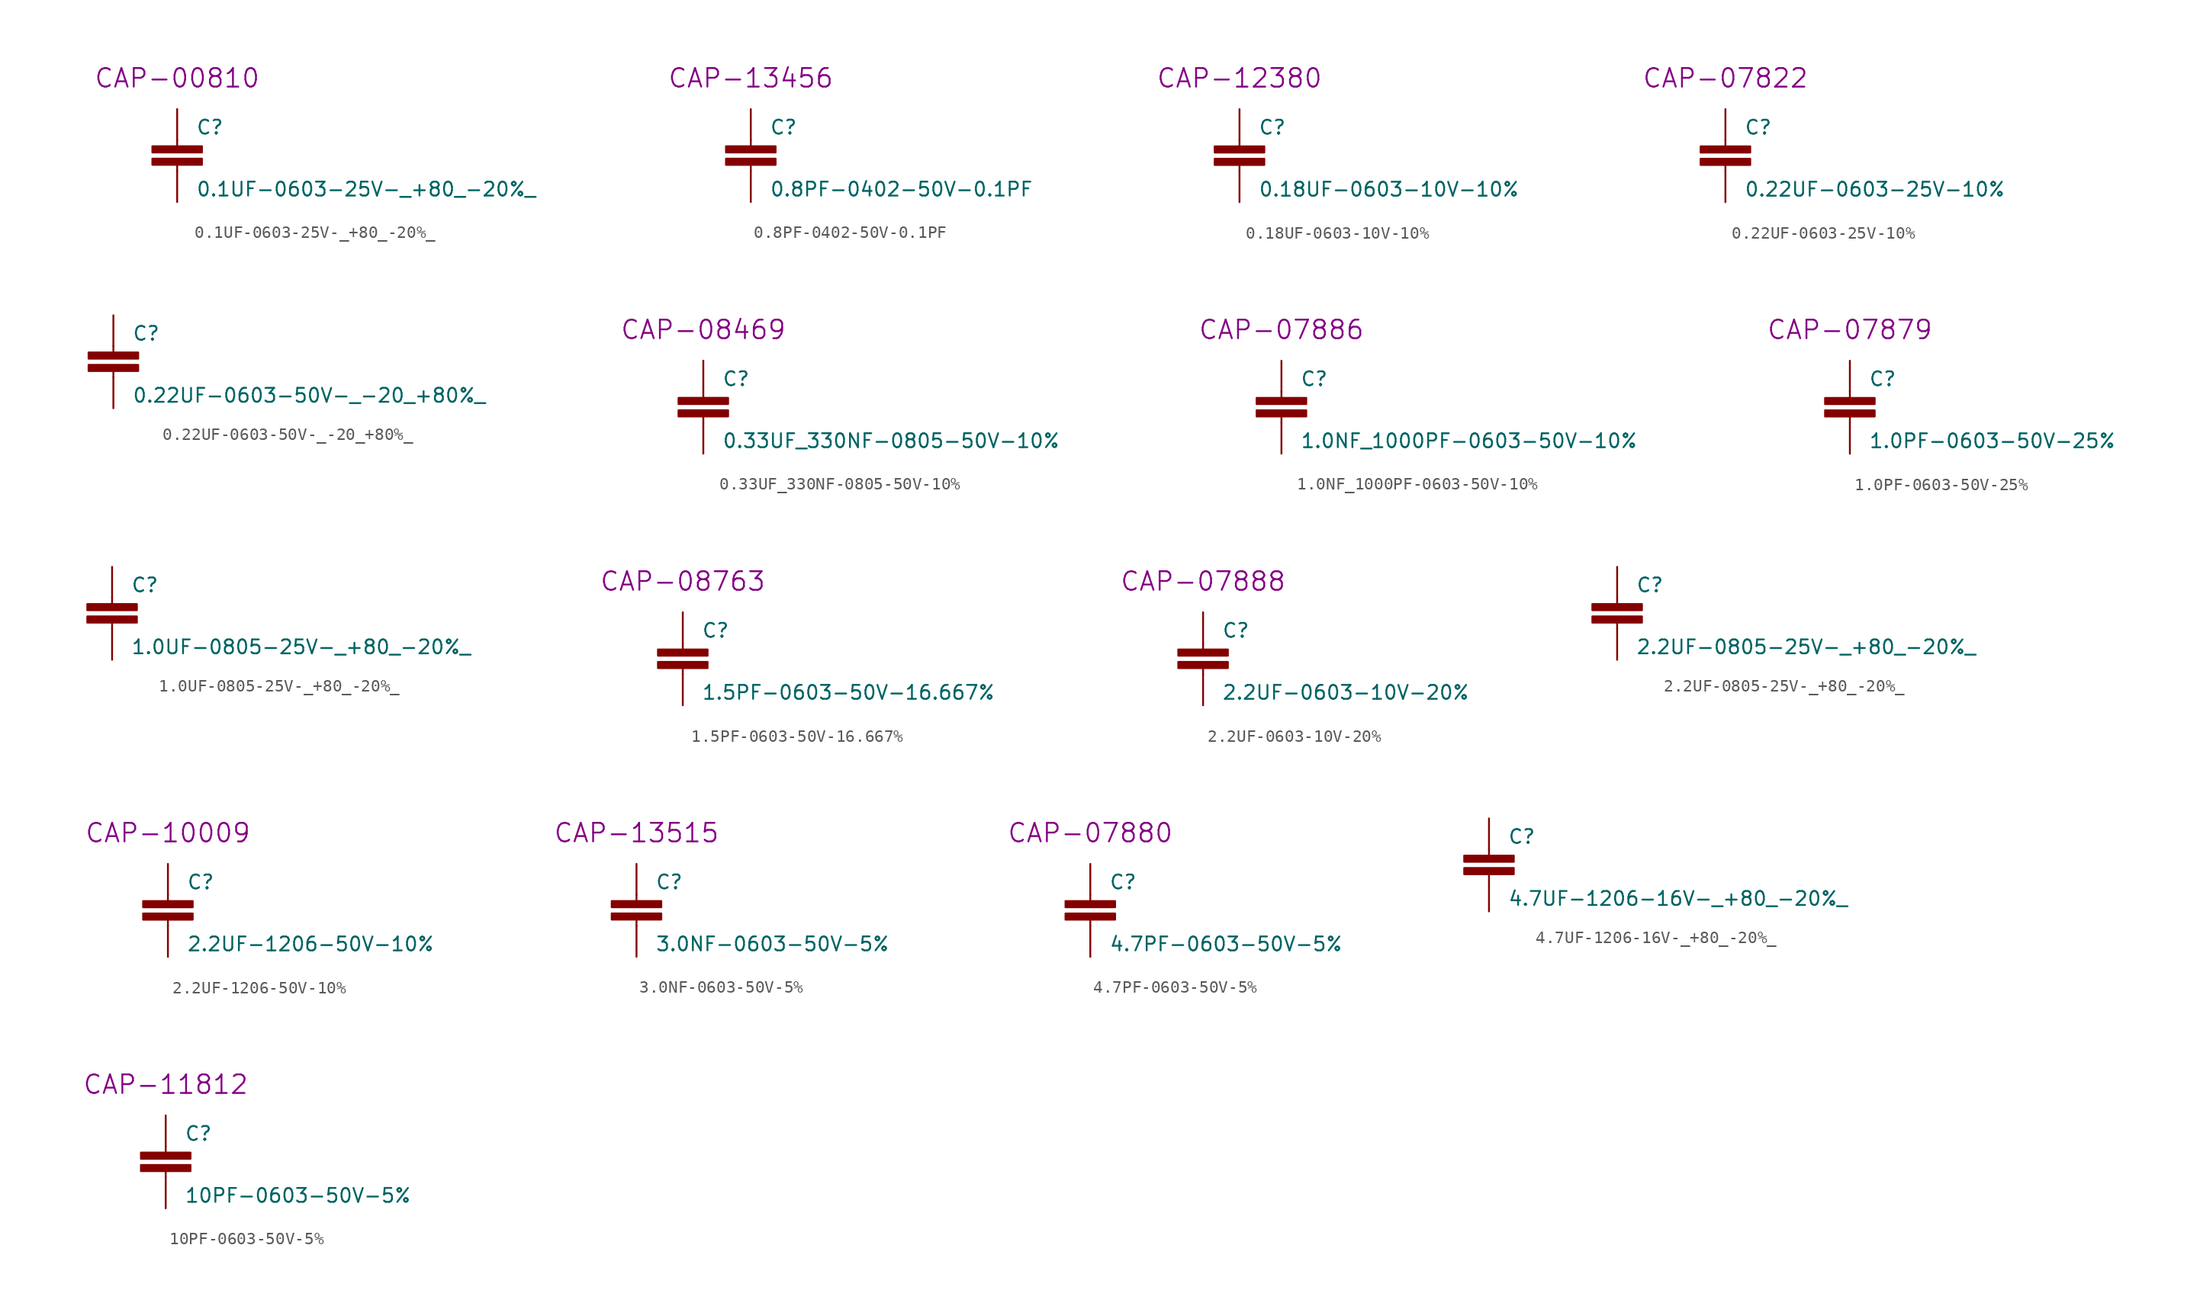
<source format=kicad_sym>
(kicad_symbol_lib
  (version 20220914)
  (generator kicad_symbol_editor)
  (symbol "0.1UF-0603-25V-_+80_-20%_"
    (pin_numbers hide)
    (pin_names
      (offset 1.016) hide)
    (property "Reference" "C"
      (at 1.524 2.921 0)
      (effects (font (size 1.143 1.143)) (justify left bottom)))
    (property "Value" "0.1UF-0603-25V-_+80_-20%_"
      (at 1.524 -2.159 0)
      (effects (font (size 1.143 1.143)) (justify left bottom)))
    (property "Field4" "CAP-00810"
      (at 0 7.62 0)
      (effects (font (size 1.524 1.524))))
    (property "ki_locked" ""
      (at 0 0 0)
      (effects (font (size 1.27 1.27))))
    (symbol "0.1UF-0603-25V-_+80_-20%__1_0"
      (polyline (pts (xy 0 0) (xy 0 0.508)) (stroke (width 0) (type solid)) (fill (type none)))
      (polyline (pts (xy 0 2.54) (xy 0 2.032)) (stroke (width 0) (type solid)) (fill (type none))))
    (symbol "0.1UF-0603-25V-_+80_-20%__1_1"
      (rectangle (start -2.032 0.508) (end 2.032 1.016) (stroke (width 0) (type solid)) (fill (type outline)))
      (rectangle (start -2.032 1.524) (end 2.032 2.032) (stroke (width 0) (type solid)) (fill (type outline)))
      (pin passive line (at 0 5.08 270) (length 2.54) (name "1" (effects (font (size 1.016 1.016)))) (number "1" (effects (font (size 1.016 1.016)))))
      (pin passive line (at 0 -2.54 90) (length 2.54) (name "2" (effects (font (size 1.016 1.016)))) (number "2" (effects (font (size 1.016 1.016)))))))
  (symbol "0.8PF-0402-50V-0.1PF"
    (pin_numbers hide)
    (pin_names
      (offset 1.016) hide)
    (property "Reference" "C"
      (at 1.524 2.921 0)
      (effects (font (size 1.143 1.143)) (justify left bottom)))
    (property "Value" "0.8PF-0402-50V-0.1PF"
      (at 1.524 -2.159 0)
      (effects (font (size 1.143 1.143)) (justify left bottom)))
    (property "Field4" "CAP-13456"
      (at 0 7.62 0)
      (effects (font (size 1.524 1.524))))
    (property "ki_locked" ""
      (at 0 0 0)
      (effects (font (size 1.27 1.27))))
    (symbol "0.8PF-0402-50V-0.1PF_1_0"
      (polyline (pts (xy 0 0) (xy 0 0.508)) (stroke (width 0) (type solid)) (fill (type none)))
      (polyline (pts (xy 0 2.54) (xy 0 2.032)) (stroke (width 0) (type solid)) (fill (type none))))
    (symbol "0.8PF-0402-50V-0.1PF_1_1"
      (rectangle (start -2.032 0.508) (end 2.032 1.016) (stroke (width 0) (type solid)) (fill (type outline)))
      (rectangle (start -2.032 1.524) (end 2.032 2.032) (stroke (width 0) (type solid)) (fill (type outline)))
      (pin passive line (at 0 5.08 270) (length 2.54) (name "1" (effects (font (size 1.016 1.016)))) (number "1" (effects (font (size 1.016 1.016)))))
      (pin passive line (at 0 -2.54 90) (length 2.54) (name "2" (effects (font (size 1.016 1.016)))) (number "2" (effects (font (size 1.016 1.016)))))))
  (symbol "0.18UF-0603-10V-10%"
    (pin_numbers hide)
    (pin_names
      (offset 1.016) hide)
    (property "Reference" "C"
      (at 1.524 2.921 0)
      (effects (font (size 1.143 1.143)) (justify left bottom)))
    (property "Value" "0.18UF-0603-10V-10%"
      (at 1.524 -2.159 0)
      (effects (font (size 1.143 1.143)) (justify left bottom)))
    (property "Field4" "CAP-12380"
      (at 0 7.62 0)
      (effects (font (size 1.524 1.524))))
    (property "ki_locked" ""
      (at 0 0 0)
      (effects (font (size 1.27 1.27))))
    (symbol "0.18UF-0603-10V-10%_1_0"
      (polyline (pts (xy 0 0) (xy 0 0.508)) (stroke (width 0) (type solid)) (fill (type none)))
      (polyline (pts (xy 0 2.54) (xy 0 2.032)) (stroke (width 0) (type solid)) (fill (type none))))
    (symbol "0.18UF-0603-10V-10%_1_1"
      (rectangle (start -2.032 0.508) (end 2.032 1.016) (stroke (width 0) (type solid)) (fill (type outline)))
      (rectangle (start -2.032 1.524) (end 2.032 2.032) (stroke (width 0) (type solid)) (fill (type outline)))
      (pin passive line (at 0 5.08 270) (length 2.54) (name "1" (effects (font (size 1.016 1.016)))) (number "1" (effects (font (size 1.016 1.016)))))
      (pin passive line (at 0 -2.54 90) (length 2.54) (name "2" (effects (font (size 1.016 1.016)))) (number "2" (effects (font (size 1.016 1.016)))))))
  (symbol "0.22UF-0603-25V-10%"
    (pin_numbers hide)
    (pin_names
      (offset 1.016) hide)
    (property "Reference" "C"
      (at 1.524 2.921 0)
      (effects (font (size 1.143 1.143)) (justify left bottom)))
    (property "Value" "0.22UF-0603-25V-10%"
      (at 1.524 -2.159 0)
      (effects (font (size 1.143 1.143)) (justify left bottom)))
    (property "Field4" "CAP-07822"
      (at 0 7.62 0)
      (effects (font (size 1.524 1.524))))
    (property "ki_locked" ""
      (at 0 0 0)
      (effects (font (size 1.27 1.27))))
    (symbol "0.22UF-0603-25V-10%_1_0"
      (polyline (pts (xy 0 0) (xy 0 0.508)) (stroke (width 0) (type solid)) (fill (type none)))
      (polyline (pts (xy 0 2.54) (xy 0 2.032)) (stroke (width 0) (type solid)) (fill (type none))))
    (symbol "0.22UF-0603-25V-10%_1_1"
      (rectangle (start -2.032 0.508) (end 2.032 1.016) (stroke (width 0) (type solid)) (fill (type outline)))
      (rectangle (start -2.032 1.524) (end 2.032 2.032) (stroke (width 0) (type solid)) (fill (type outline)))
      (pin passive line (at 0 5.08 270) (length 2.54) (name "1" (effects (font (size 1.016 1.016)))) (number "1" (effects (font (size 1.016 1.016)))))
      (pin passive line (at 0 -2.54 90) (length 2.54) (name "2" (effects (font (size 1.016 1.016)))) (number "2" (effects (font (size 1.016 1.016)))))))
  (symbol "0.22UF-0603-50V-_-20_+80%_"
    (pin_numbers hide)
    (pin_names
      (offset 1.016) hide)
    (property "Reference" "C"
      (at 1.524 2.921 0)
      (effects (font (size 1.143 1.143)) (justify left bottom)))
    (property "Value" "0.22UF-0603-50V-_-20_+80%_"
      (at 1.524 -2.159 0)
      (effects (font (size 1.143 1.143)) (justify left bottom)))
    (property "ki_locked" ""
      (at 0 0 0)
      (effects (font (size 1.27 1.27))))
    (symbol "0.22UF-0603-50V-_-20_+80%__1_0"
      (polyline (pts (xy 0 0) (xy 0 0.508)) (stroke (width 0) (type solid)) (fill (type none)))
      (polyline (pts (xy 0 2.54) (xy 0 2.032)) (stroke (width 0) (type solid)) (fill (type none))))
    (symbol "0.22UF-0603-50V-_-20_+80%__1_1"
      (rectangle (start -2.032 0.508) (end 2.032 1.016) (stroke (width 0) (type solid)) (fill (type outline)))
      (rectangle (start -2.032 1.524) (end 2.032 2.032) (stroke (width 0) (type solid)) (fill (type outline)))
      (pin passive line (at 0 5.08 270) (length 2.54) (name "1" (effects (font (size 1.016 1.016)))) (number "1" (effects (font (size 1.016 1.016)))))
      (pin passive line (at 0 -2.54 90) (length 2.54) (name "2" (effects (font (size 1.016 1.016)))) (number "2" (effects (font (size 1.016 1.016)))))))
  (symbol "0.33UF_330NF-0805-50V-10%"
    (pin_numbers hide)
    (pin_names
      (offset 1.016) hide)
    (property "Reference" "C"
      (at 1.524 2.921 0)
      (effects (font (size 1.143 1.143)) (justify left bottom)))
    (property "Value" "0.33UF_330NF-0805-50V-10%"
      (at 1.524 -2.159 0)
      (effects (font (size 1.143 1.143)) (justify left bottom)))
    (property "Field4" "CAP-08469"
      (at 0 7.62 0)
      (effects (font (size 1.524 1.524))))
    (property "ki_locked" ""
      (at 0 0 0)
      (effects (font (size 1.27 1.27))))
    (symbol "0.33UF_330NF-0805-50V-10%_1_0"
      (polyline (pts (xy 0 0) (xy 0 0.508)) (stroke (width 0) (type solid)) (fill (type none)))
      (polyline (pts (xy 0 2.54) (xy 0 2.032)) (stroke (width 0) (type solid)) (fill (type none))))
    (symbol "0.33UF_330NF-0805-50V-10%_1_1"
      (rectangle (start -2.032 0.508) (end 2.032 1.016) (stroke (width 0) (type solid)) (fill (type outline)))
      (rectangle (start -2.032 1.524) (end 2.032 2.032) (stroke (width 0) (type solid)) (fill (type outline)))
      (pin passive line (at 0 5.08 270) (length 2.54) (name "1" (effects (font (size 1.016 1.016)))) (number "1" (effects (font (size 1.016 1.016)))))
      (pin passive line (at 0 -2.54 90) (length 2.54) (name "2" (effects (font (size 1.016 1.016)))) (number "2" (effects (font (size 1.016 1.016)))))))
  (symbol "1.0NF_1000PF-0603-50V-10%"
    (pin_numbers hide)
    (pin_names
      (offset 1.016) hide)
    (property "Reference" "C"
      (at 1.524 2.921 0)
      (effects (font (size 1.143 1.143)) (justify left bottom)))
    (property "Value" "1.0NF_1000PF-0603-50V-10%"
      (at 1.524 -2.159 0)
      (effects (font (size 1.143 1.143)) (justify left bottom)))
    (property "Field4" "CAP-07886"
      (at 0 7.62 0)
      (effects (font (size 1.524 1.524))))
    (property "ki_locked" ""
      (at 0 0 0)
      (effects (font (size 1.27 1.27))))
    (symbol "1.0NF_1000PF-0603-50V-10%_1_0"
      (polyline (pts (xy 0 0) (xy 0 0.508)) (stroke (width 0) (type solid)) (fill (type none)))
      (polyline (pts (xy 0 2.54) (xy 0 2.032)) (stroke (width 0) (type solid)) (fill (type none))))
    (symbol "1.0NF_1000PF-0603-50V-10%_1_1"
      (rectangle (start -2.032 0.508) (end 2.032 1.016) (stroke (width 0) (type solid)) (fill (type outline)))
      (rectangle (start -2.032 1.524) (end 2.032 2.032) (stroke (width 0) (type solid)) (fill (type outline)))
      (pin passive line (at 0 5.08 270) (length 2.54) (name "1" (effects (font (size 1.016 1.016)))) (number "1" (effects (font (size 1.016 1.016)))))
      (pin passive line (at 0 -2.54 90) (length 2.54) (name "2" (effects (font (size 1.016 1.016)))) (number "2" (effects (font (size 1.016 1.016)))))))
  (symbol "1.0PF-0603-50V-25%"
    (pin_numbers hide)
    (pin_names
      (offset 1.016) hide)
    (property "Reference" "C"
      (at 1.524 2.921 0)
      (effects (font (size 1.143 1.143)) (justify left bottom)))
    (property "Value" "1.0PF-0603-50V-25%"
      (at 1.524 -2.159 0)
      (effects (font (size 1.143 1.143)) (justify left bottom)))
    (property "Field4" "CAP-07879"
      (at 0 7.62 0)
      (effects (font (size 1.524 1.524))))
    (property "ki_locked" ""
      (at 0 0 0)
      (effects (font (size 1.27 1.27))))
    (symbol "1.0PF-0603-50V-25%_1_0"
      (polyline (pts (xy 0 0) (xy 0 0.508)) (stroke (width 0) (type solid)) (fill (type none)))
      (polyline (pts (xy 0 2.54) (xy 0 2.032)) (stroke (width 0) (type solid)) (fill (type none))))
    (symbol "1.0PF-0603-50V-25%_1_1"
      (rectangle (start -2.032 0.508) (end 2.032 1.016) (stroke (width 0) (type solid)) (fill (type outline)))
      (rectangle (start -2.032 1.524) (end 2.032 2.032) (stroke (width 0) (type solid)) (fill (type outline)))
      (pin passive line (at 0 5.08 270) (length 2.54) (name "1" (effects (font (size 1.016 1.016)))) (number "1" (effects (font (size 1.016 1.016)))))
      (pin passive line (at 0 -2.54 90) (length 2.54) (name "2" (effects (font (size 1.016 1.016)))) (number "2" (effects (font (size 1.016 1.016)))))))
  (symbol "1.0UF-0805-25V-_+80_-20%_"
    (pin_numbers hide)
    (pin_names
      (offset 1.016) hide)
    (property "Reference" "C"
      (at 1.524 2.921 0)
      (effects (font (size 1.143 1.143)) (justify left bottom)))
    (property "Value" "1.0UF-0805-25V-_+80_-20%_"
      (at 1.524 -2.159 0)
      (effects (font (size 1.143 1.143)) (justify left bottom)))
    (property "ki_locked" ""
      (at 0 0 0)
      (effects (font (size 1.27 1.27))))
    (symbol "1.0UF-0805-25V-_+80_-20%__1_0"
      (polyline (pts (xy 0 0) (xy 0 0.508)) (stroke (width 0) (type solid)) (fill (type none)))
      (polyline (pts (xy 0 2.54) (xy 0 2.032)) (stroke (width 0) (type solid)) (fill (type none))))
    (symbol "1.0UF-0805-25V-_+80_-20%__1_1"
      (rectangle (start -2.032 0.508) (end 2.032 1.016) (stroke (width 0) (type solid)) (fill (type outline)))
      (rectangle (start -2.032 1.524) (end 2.032 2.032) (stroke (width 0) (type solid)) (fill (type outline)))
      (pin passive line (at 0 5.08 270) (length 2.54) (name "1" (effects (font (size 1.016 1.016)))) (number "1" (effects (font (size 1.016 1.016)))))
      (pin passive line (at 0 -2.54 90) (length 2.54) (name "2" (effects (font (size 1.016 1.016)))) (number "2" (effects (font (size 1.016 1.016)))))))
  (symbol "1.5PF-0603-50V-16.667%"
    (pin_numbers hide)
    (pin_names
      (offset 1.016) hide)
    (property "Reference" "C"
      (at 1.524 2.921 0)
      (effects (font (size 1.143 1.143)) (justify left bottom)))
    (property "Value" "1.5PF-0603-50V-16.667%"
      (at 1.524 -2.159 0)
      (effects (font (size 1.143 1.143)) (justify left bottom)))
    (property "Field4" "CAP-08763"
      (at 0 7.62 0)
      (effects (font (size 1.524 1.524))))
    (property "ki_locked" ""
      (at 0 0 0)
      (effects (font (size 1.27 1.27))))
    (symbol "1.5PF-0603-50V-16.667%_1_0"
      (polyline (pts (xy 0 0) (xy 0 0.508)) (stroke (width 0) (type solid)) (fill (type none)))
      (polyline (pts (xy 0 2.54) (xy 0 2.032)) (stroke (width 0) (type solid)) (fill (type none))))
    (symbol "1.5PF-0603-50V-16.667%_1_1"
      (rectangle (start -2.032 0.508) (end 2.032 1.016) (stroke (width 0) (type solid)) (fill (type outline)))
      (rectangle (start -2.032 1.524) (end 2.032 2.032) (stroke (width 0) (type solid)) (fill (type outline)))
      (pin passive line (at 0 5.08 270) (length 2.54) (name "1" (effects (font (size 1.016 1.016)))) (number "1" (effects (font (size 1.016 1.016)))))
      (pin passive line (at 0 -2.54 90) (length 2.54) (name "2" (effects (font (size 1.016 1.016)))) (number "2" (effects (font (size 1.016 1.016)))))))
  (symbol "2.2UF-0603-10V-20%"
    (pin_numbers hide)
    (pin_names
      (offset 1.016) hide)
    (property "Reference" "C"
      (at 1.524 2.921 0)
      (effects (font (size 1.143 1.143)) (justify left bottom)))
    (property "Value" "2.2UF-0603-10V-20%"
      (at 1.524 -2.159 0)
      (effects (font (size 1.143 1.143)) (justify left bottom)))
    (property "Field4" "CAP-07888"
      (at 0 7.62 0)
      (effects (font (size 1.524 1.524))))
    (property "ki_locked" ""
      (at 0 0 0)
      (effects (font (size 1.27 1.27))))
    (symbol "2.2UF-0603-10V-20%_1_0"
      (polyline (pts (xy 0 0) (xy 0 0.508)) (stroke (width 0) (type solid)) (fill (type none)))
      (polyline (pts (xy 0 2.54) (xy 0 2.032)) (stroke (width 0) (type solid)) (fill (type none))))
    (symbol "2.2UF-0603-10V-20%_1_1"
      (rectangle (start -2.032 0.508) (end 2.032 1.016) (stroke (width 0) (type solid)) (fill (type outline)))
      (rectangle (start -2.032 1.524) (end 2.032 2.032) (stroke (width 0) (type solid)) (fill (type outline)))
      (pin passive line (at 0 5.08 270) (length 2.54) (name "1" (effects (font (size 1.016 1.016)))) (number "1" (effects (font (size 1.016 1.016)))))
      (pin passive line (at 0 -2.54 90) (length 2.54) (name "2" (effects (font (size 1.016 1.016)))) (number "2" (effects (font (size 1.016 1.016)))))))
  (symbol "2.2UF-0805-25V-_+80_-20%_"
    (pin_numbers hide)
    (pin_names
      (offset 1.016) hide)
    (property "Reference" "C"
      (at 1.524 2.921 0)
      (effects (font (size 1.143 1.143)) (justify left bottom)))
    (property "Value" "2.2UF-0805-25V-_+80_-20%_"
      (at 1.524 -2.159 0)
      (effects (font (size 1.143 1.143)) (justify left bottom)))
    (property "ki_locked" ""
      (at 0 0 0)
      (effects (font (size 1.27 1.27))))
    (symbol "2.2UF-0805-25V-_+80_-20%__1_0"
      (polyline (pts (xy 0 0) (xy 0 0.508)) (stroke (width 0) (type solid)) (fill (type none)))
      (polyline (pts (xy 0 2.54) (xy 0 2.032)) (stroke (width 0) (type solid)) (fill (type none))))
    (symbol "2.2UF-0805-25V-_+80_-20%__1_1"
      (rectangle (start -2.032 0.508) (end 2.032 1.016) (stroke (width 0) (type solid)) (fill (type outline)))
      (rectangle (start -2.032 1.524) (end 2.032 2.032) (stroke (width 0) (type solid)) (fill (type outline)))
      (pin passive line (at 0 5.08 270) (length 2.54) (name "1" (effects (font (size 1.016 1.016)))) (number "1" (effects (font (size 1.016 1.016)))))
      (pin passive line (at 0 -2.54 90) (length 2.54) (name "2" (effects (font (size 1.016 1.016)))) (number "2" (effects (font (size 1.016 1.016)))))))
  (symbol "2.2UF-1206-50V-10%"
    (pin_numbers hide)
    (pin_names
      (offset 1.016) hide)
    (property "Reference" "C"
      (at 1.524 2.921 0)
      (effects (font (size 1.143 1.143)) (justify left bottom)))
    (property "Value" "2.2UF-1206-50V-10%"
      (at 1.524 -2.159 0)
      (effects (font (size 1.143 1.143)) (justify left bottom)))
    (property "Field4" "CAP-10009"
      (at 0 7.62 0)
      (effects (font (size 1.524 1.524))))
    (property "ki_locked" ""
      (at 0 0 0)
      (effects (font (size 1.27 1.27))))
    (symbol "2.2UF-1206-50V-10%_1_0"
      (polyline (pts (xy 0 0) (xy 0 0.508)) (stroke (width 0) (type solid)) (fill (type none)))
      (polyline (pts (xy 0 2.54) (xy 0 2.032)) (stroke (width 0) (type solid)) (fill (type none))))
    (symbol "2.2UF-1206-50V-10%_1_1"
      (rectangle (start -2.032 0.508) (end 2.032 1.016) (stroke (width 0) (type solid)) (fill (type outline)))
      (rectangle (start -2.032 1.524) (end 2.032 2.032) (stroke (width 0) (type solid)) (fill (type outline)))
      (pin passive line (at 0 5.08 270) (length 2.54) (name "1" (effects (font (size 1.016 1.016)))) (number "1" (effects (font (size 1.016 1.016)))))
      (pin passive line (at 0 -2.54 90) (length 2.54) (name "2" (effects (font (size 1.016 1.016)))) (number "2" (effects (font (size 1.016 1.016)))))))
  (symbol "3.0NF-0603-50V-5%"
    (pin_numbers hide)
    (pin_names
      (offset 1.016) hide)
    (property "Reference" "C"
      (at 1.524 2.921 0)
      (effects (font (size 1.143 1.143)) (justify left bottom)))
    (property "Value" "3.0NF-0603-50V-5%"
      (at 1.524 -2.159 0)
      (effects (font (size 1.143 1.143)) (justify left bottom)))
    (property "Field4" "CAP-13515"
      (at 0 7.62 0)
      (effects (font (size 1.524 1.524))))
    (property "ki_locked" ""
      (at 0 0 0)
      (effects (font (size 1.27 1.27))))
    (symbol "3.0NF-0603-50V-5%_1_0"
      (polyline (pts (xy 0 0) (xy 0 0.508)) (stroke (width 0) (type solid)) (fill (type none)))
      (polyline (pts (xy 0 2.54) (xy 0 2.032)) (stroke (width 0) (type solid)) (fill (type none))))
    (symbol "3.0NF-0603-50V-5%_1_1"
      (rectangle (start -2.032 0.508) (end 2.032 1.016) (stroke (width 0) (type solid)) (fill (type outline)))
      (rectangle (start -2.032 1.524) (end 2.032 2.032) (stroke (width 0) (type solid)) (fill (type outline)))
      (pin passive line (at 0 5.08 270) (length 2.54) (name "1" (effects (font (size 1.016 1.016)))) (number "1" (effects (font (size 1.016 1.016)))))
      (pin passive line (at 0 -2.54 90) (length 2.54) (name "2" (effects (font (size 1.016 1.016)))) (number "2" (effects (font (size 1.016 1.016)))))))
  (symbol "4.7PF-0603-50V-5%"
    (pin_numbers hide)
    (pin_names
      (offset 1.016) hide)
    (property "Reference" "C"
      (at 1.524 2.921 0)
      (effects (font (size 1.143 1.143)) (justify left bottom)))
    (property "Value" "4.7PF-0603-50V-5%"
      (at 1.524 -2.159 0)
      (effects (font (size 1.143 1.143)) (justify left bottom)))
    (property "Field4" "CAP-07880"
      (at 0 7.62 0)
      (effects (font (size 1.524 1.524))))
    (property "ki_locked" ""
      (at 0 0 0)
      (effects (font (size 1.27 1.27))))
    (symbol "4.7PF-0603-50V-5%_1_0"
      (polyline (pts (xy 0 0) (xy 0 0.508)) (stroke (width 0) (type solid)) (fill (type none)))
      (polyline (pts (xy 0 2.54) (xy 0 2.032)) (stroke (width 0) (type solid)) (fill (type none))))
    (symbol "4.7PF-0603-50V-5%_1_1"
      (rectangle (start -2.032 0.508) (end 2.032 1.016) (stroke (width 0) (type solid)) (fill (type outline)))
      (rectangle (start -2.032 1.524) (end 2.032 2.032) (stroke (width 0) (type solid)) (fill (type outline)))
      (pin passive line (at 0 5.08 270) (length 2.54) (name "1" (effects (font (size 1.016 1.016)))) (number "1" (effects (font (size 1.016 1.016)))))
      (pin passive line (at 0 -2.54 90) (length 2.54) (name "2" (effects (font (size 1.016 1.016)))) (number "2" (effects (font (size 1.016 1.016)))))))
  (symbol "4.7UF-1206-16V-_+80_-20%_"
    (pin_numbers hide)
    (pin_names
      (offset 1.016) hide)
    (property "Reference" "C"
      (at 1.524 2.921 0)
      (effects (font (size 1.143 1.143)) (justify left bottom)))
    (property "Value" "4.7UF-1206-16V-_+80_-20%_"
      (at 1.524 -2.159 0)
      (effects (font (size 1.143 1.143)) (justify left bottom)))
    (property "ki_locked" ""
      (at 0 0 0)
      (effects (font (size 1.27 1.27))))
    (symbol "4.7UF-1206-16V-_+80_-20%__1_0"
      (polyline (pts (xy 0 0) (xy 0 0.508)) (stroke (width 0) (type solid)) (fill (type none)))
      (polyline (pts (xy 0 2.54) (xy 0 2.032)) (stroke (width 0) (type solid)) (fill (type none))))
    (symbol "4.7UF-1206-16V-_+80_-20%__1_1"
      (rectangle (start -2.032 0.508) (end 2.032 1.016) (stroke (width 0) (type solid)) (fill (type outline)))
      (rectangle (start -2.032 1.524) (end 2.032 2.032) (stroke (width 0) (type solid)) (fill (type outline)))
      (pin passive line (at 0 5.08 270) (length 2.54) (name "1" (effects (font (size 1.016 1.016)))) (number "1" (effects (font (size 1.016 1.016)))))
      (pin passive line (at 0 -2.54 90) (length 2.54) (name "2" (effects (font (size 1.016 1.016)))) (number "2" (effects (font (size 1.016 1.016)))))))
  (symbol "10PF-0603-50V-5%"
    (pin_numbers hide)
    (pin_names
      (offset 1.016) hide)
    (property "Reference" "C"
      (at 1.524 2.921 0)
      (effects (font (size 1.143 1.143)) (justify left bottom)))
    (property "Value" "10PF-0603-50V-5%"
      (at 1.524 -2.159 0)
      (effects (font (size 1.143 1.143)) (justify left bottom)))
    (property "Field4" "CAP-11812"
      (at 0 7.62 0)
      (effects (font (size 1.524 1.524))))
    (property "ki_locked" ""
      (at 0 0 0)
      (effects (font (size 1.27 1.27))))
    (symbol "10PF-0603-50V-5%_1_0"
      (polyline (pts (xy 0 0) (xy 0 0.508)) (stroke (width 0) (type solid)) (fill (type none)))
      (polyline (pts (xy 0 2.54) (xy 0 2.032)) (stroke (width 0) (type solid)) (fill (type none))))
    (symbol "10PF-0603-50V-5%_1_1"
      (rectangle (start -2.032 0.508) (end 2.032 1.016) (stroke (width 0) (type solid)) (fill (type outline)))
      (rectangle (start -2.032 1.524) (end 2.032 2.032) (stroke (width 0) (type solid)) (fill (type outline)))
      (pin passive line (at 0 5.08 270) (length 2.54) (name "1" (effects (font (size 1.016 1.016)))) (number "1" (effects (font (size 1.016 1.016)))))
      (pin passive line (at 0 -2.54 90) (length 2.54) (name "2" (effects (font (size 1.016 1.016)))) (number "2" (effects (font (size 1.016 1.016))))))))
</source>
